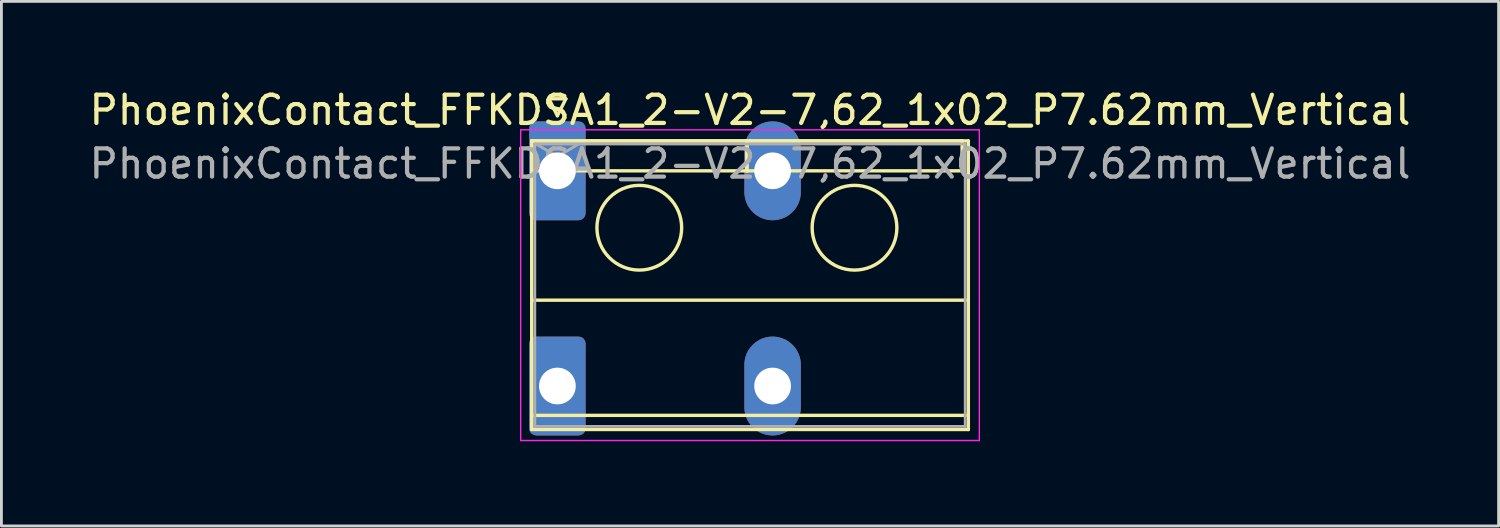
<source format=kicad_pcb>
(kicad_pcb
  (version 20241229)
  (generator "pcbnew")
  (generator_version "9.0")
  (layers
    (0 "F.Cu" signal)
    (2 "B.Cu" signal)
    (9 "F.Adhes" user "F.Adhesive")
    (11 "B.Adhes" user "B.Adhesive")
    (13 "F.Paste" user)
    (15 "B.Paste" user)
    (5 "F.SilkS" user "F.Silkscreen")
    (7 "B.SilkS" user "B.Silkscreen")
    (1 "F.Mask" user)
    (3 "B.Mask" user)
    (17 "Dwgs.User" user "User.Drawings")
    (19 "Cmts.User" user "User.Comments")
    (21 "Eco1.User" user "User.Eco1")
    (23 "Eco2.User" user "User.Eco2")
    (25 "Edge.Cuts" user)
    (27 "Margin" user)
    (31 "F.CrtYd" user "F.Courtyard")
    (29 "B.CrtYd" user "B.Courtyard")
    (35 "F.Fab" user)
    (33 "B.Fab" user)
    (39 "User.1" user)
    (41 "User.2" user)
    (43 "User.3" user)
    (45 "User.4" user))
  (footprint "PhoenixContact_FFKDSA1_2-V2-7,62_1x02_P7.62mm_Vertical"
    (layer "F.Cu")
    (at 16.686 2.998)
    (property "Reference" "PhoenixContact_FFKDSA1_2-V2-7,62_1x02_P7.62mm_Vertical" (at 6.82 -2.15 0) (layer "F.SilkS") (effects (font (size 1 1) (thickness 0.15))))
    (attr through_hole)
    (fp_line (start -0.91 -1.06) (end -0.91 0) (stroke (width 0.12) (type solid)) (layer "F.SilkS"))
    (fp_line (start -0.91 -1.06) (end -0.91 9.16) (stroke (width 0.12) (type solid)) (layer "F.SilkS"))
    (fp_line (start -0.91 0) (end 6.71 0) (stroke (width 0.12) (type solid)) (layer "F.SilkS"))
    (fp_line (start -0.91 4.58) (end 14.55 4.58) (stroke (width 0.12) (type solid)) (layer "F.SilkS"))
    (fp_line (start -0.91 8.66) (end 14.55 8.66) (stroke (width 0.12) (type solid)) (layer "F.SilkS"))
    (fp_line (start -0.91 9.16) (end 14.55 9.16) (stroke (width 0.12) (type solid)) (layer "F.SilkS"))
    (fp_line (start -0.3 -2.55) (end 0.3 -2.55) (stroke (width 0.12) (type solid)) (layer "F.SilkS"))
    (fp_line (start 0 -1.95) (end -0.3 -2.55) (stroke (width 0.12) (type solid)) (layer "F.SilkS"))
    (fp_line (start 0.3 -2.55) (end 0 -1.95) (stroke (width 0.12) (type solid)) (layer "F.SilkS"))
    (fp_line (start 6.71 -1.06) (end -0.91 -1.06) (stroke (width 0.12) (type solid)) (layer "F.SilkS"))
    (fp_line (start 6.71 -1.06) (end 6.71 0) (stroke (width 0.12) (type solid)) (layer "F.SilkS"))
    (fp_line (start 6.71 0) (end 6.71 -1.06) (stroke (width 0.12) (type solid)) (layer "F.SilkS"))
    (fp_line (start 6.71 0) (end 14.33 0) (stroke (width 0.12) (type solid)) (layer "F.SilkS"))
    (fp_line (start 14.33 -1.06) (end 6.71 -1.06) (stroke (width 0.12) (type solid)) (layer "F.SilkS"))
    (fp_line (start 14.33 0) (end 14.33 -1.06) (stroke (width 0.12) (type solid)) (layer "F.SilkS"))
    (fp_line (start 14.55 -1.06) (end -0.91 -1.06) (stroke (width 0.12) (type solid)) (layer "F.SilkS"))
    (fp_line (start 14.55 9.16) (end 14.55 -1.06) (stroke (width 0.12) (type solid)) (layer "F.SilkS"))
    (fp_circle (center 2.9 2.015) (end 4.4 2.015) (stroke (width 0.12) (type solid)) (fill no) (layer "F.SilkS"))
    (fp_circle (center 10.52 2.015) (end 12.02 2.015) (stroke (width 0.12) (type solid)) (fill no) (layer "F.SilkS"))
    (fp_line (start -1.3 -1.45) (end -1.3 9.55) (stroke (width 0.05) (type solid)) (layer "F.CrtYd"))
    (fp_line (start -1.3 9.55) (end 14.94 9.55) (stroke (width 0.05) (type solid)) (layer "F.CrtYd"))
    (fp_line (start 14.94 -1.45) (end -1.3 -1.45) (stroke (width 0.05) (type solid)) (layer "F.CrtYd"))
    (fp_line (start 14.94 9.55) (end 14.94 -1.45) (stroke (width 0.05) (type solid)) (layer "F.CrtYd"))
    (fp_line (start -0.8 -0.95) (end -0.8 9.05) (stroke (width 0.1) (type solid)) (layer "F.Fab"))
    (fp_line (start -0.8 9.05) (end 14.44 9.05) (stroke (width 0.1) (type solid)) (layer "F.Fab"))
    (fp_line (start 0 -0.5) (end -0.75 -0.95) (stroke (width 0.1) (type solid)) (layer "F.Fab"))
    (fp_line (start 0.75 -0.95) (end 0 -0.5) (stroke (width 0.1) (type solid)) (layer "F.Fab"))
    (fp_line (start 14.44 -0.95) (end -0.8 -0.95) (stroke (width 0.1) (type solid)) (layer "F.Fab"))
    (fp_line (start 14.44 9.05) (end 14.44 -0.95) (stroke (width 0.1) (type solid)) (layer "F.Fab"))
    (fp_text user "${REFERENCE}" (at 6.82 -0.25 0) (layer "F.Fab") (effects (font (size 1 1) (thickness 0.15))))
    (pad "1" thru_hole roundrect (at 0 0) (size 2 3.5) (drill 1.3) (layers "*.Cu" "*.Mask") (roundrect_rratio 0.125))
    (pad "1" thru_hole roundrect (at 0 7.62) (size 2 3.5) (drill 1.3) (layers "*.Cu" "*.Mask") (roundrect_rratio 0.125))
    (pad "2" thru_hole oval (at 7.62 0) (size 2 3.5) (drill 1.3) (layers "*.Cu" "*.Mask"))
    (pad "2" thru_hole oval (at 7.62 7.62) (size 2 3.5) (drill 1.3) (layers "*.Cu" "*.Mask")))
  (gr_rect
    (start -3 -3)
    (end 50.012 15.573)
    (stroke (width 0.1) (type default))
    (fill no)
    (layer "Edge.Cuts")))
</source>
